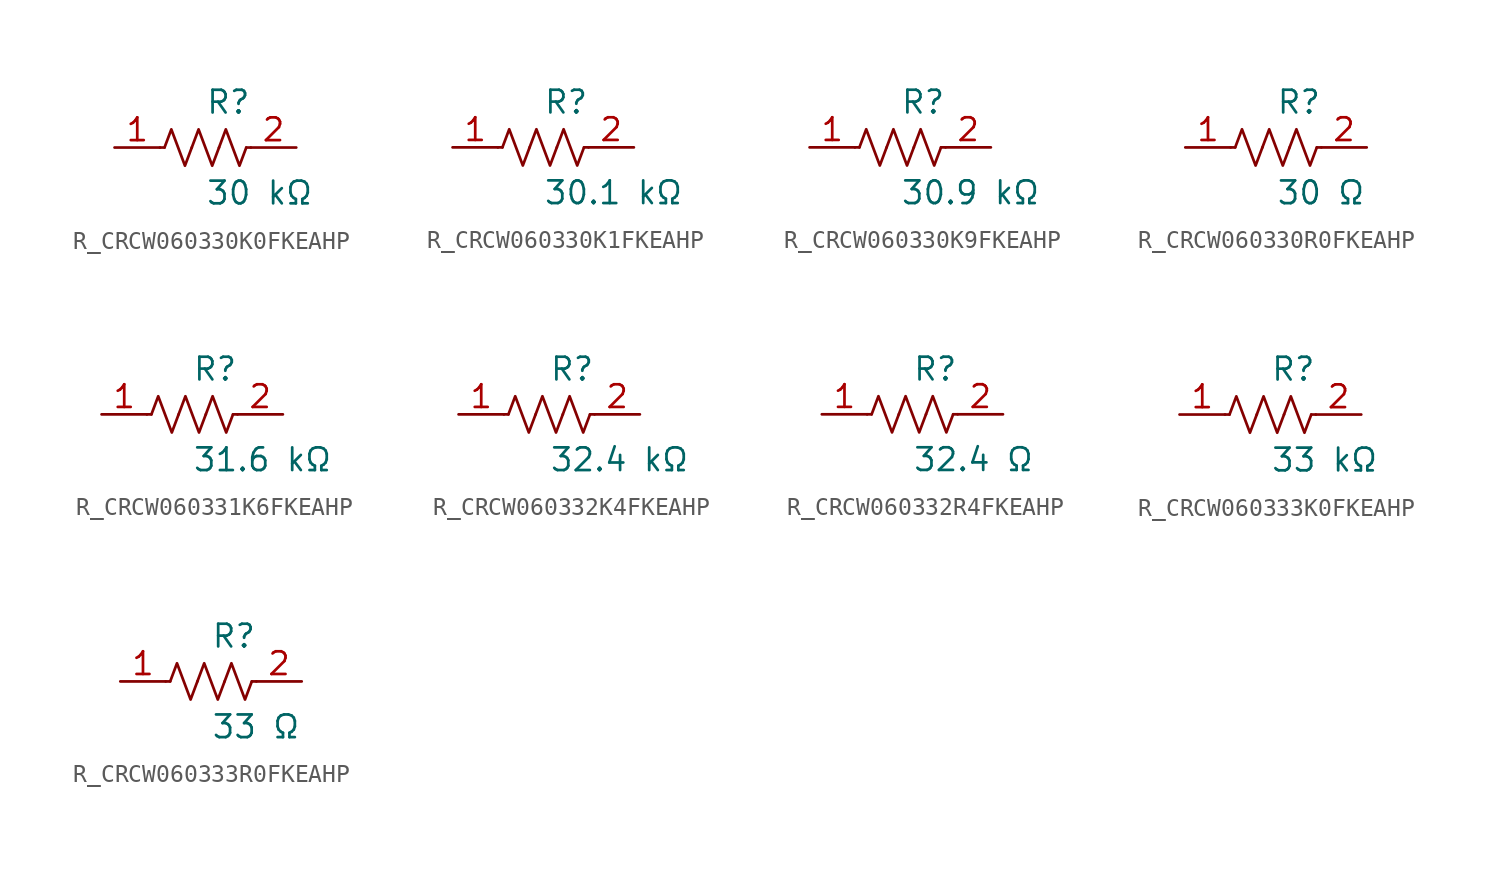
<source format=kicad_sym>
(kicad_symbol_lib
  (version 20231120)
  (generator kicad_symbol_editor)
  (generator_version 8.0)
  (symbol "R_CRCW060330K0FKEAHP"
    (pin_names
      (offset 0.254))
    (property "Reference" "R"
      (at 0.0 2.54 0)
      (effects (font (size 1.27 1.27)) (justify left)))
    (property "Value" "30 kΩ"
      (at 0.0 -2.54 0)
      (effects (font (size 1.27 1.27)) (justify left)))
    (symbol "R_CRCW060330K0FKEAHP_0_1"
      (polyline (pts (xy 2.286 0) (xy 2.54 0)) (stroke (width 0) (type default)) (fill (type none)))
      (polyline (pts (xy -2.286 0) (xy -2.54 0)) (stroke (width 0) (type default)) (fill (type none)))
      (polyline (pts (xy 0.762 0) (xy 1.143 1.016) (xy 1.524 0) (xy 1.905 -1.016) (xy 2.286 0)) (stroke (width 0) (type default)) (fill (type none)))
      (polyline (pts (xy -0.762 0) (xy -0.381 1.016) (xy 0 0) (xy 0.381 -1.016) (xy 0.762 0)) (stroke (width 0) (type default)) (fill (type none)))
      (polyline (pts (xy -2.286 0) (xy -1.905 1.016) (xy -1.524 0) (xy -1.143 -1.016) (xy -0.762 0)) (stroke (width 0) (type default)) (fill (type none))))
    (pin unspecified line
      (at -5.08 0 0)
      (length 2.54)
      (name "" (effects (font (size 1.27 1.27))))
      (number "1" (effects (font (size 1.27 1.27)))))
    (pin unspecified line
      (at 5.08 0 180)
      (length 2.54)
      (name "" (effects (font (size 1.27 1.27))))
      (number "2" (effects (font (size 1.27 1.27))))))
  (symbol "R_CRCW060330K1FKEAHP"
    (pin_names
      (offset 0.254))
    (property "Reference" "R"
      (at 0.0 2.54 0)
      (effects (font (size 1.27 1.27)) (justify left)))
    (property "Value" "30.1 kΩ"
      (at 0.0 -2.54 0)
      (effects (font (size 1.27 1.27)) (justify left)))
    (symbol "R_CRCW060330K1FKEAHP_0_1"
      (polyline (pts (xy 2.286 0) (xy 2.54 0)) (stroke (width 0) (type default)) (fill (type none)))
      (polyline (pts (xy -2.286 0) (xy -2.54 0)) (stroke (width 0) (type default)) (fill (type none)))
      (polyline (pts (xy 0.762 0) (xy 1.143 1.016) (xy 1.524 0) (xy 1.905 -1.016) (xy 2.286 0)) (stroke (width 0) (type default)) (fill (type none)))
      (polyline (pts (xy -0.762 0) (xy -0.381 1.016) (xy 0 0) (xy 0.381 -1.016) (xy 0.762 0)) (stroke (width 0) (type default)) (fill (type none)))
      (polyline (pts (xy -2.286 0) (xy -1.905 1.016) (xy -1.524 0) (xy -1.143 -1.016) (xy -0.762 0)) (stroke (width 0) (type default)) (fill (type none))))
    (pin unspecified line
      (at -5.08 0 0)
      (length 2.54)
      (name "" (effects (font (size 1.27 1.27))))
      (number "1" (effects (font (size 1.27 1.27)))))
    (pin unspecified line
      (at 5.08 0 180)
      (length 2.54)
      (name "" (effects (font (size 1.27 1.27))))
      (number "2" (effects (font (size 1.27 1.27))))))
  (symbol "R_CRCW060330K9FKEAHP"
    (pin_names
      (offset 0.254))
    (property "Reference" "R"
      (at 0.0 2.54 0)
      (effects (font (size 1.27 1.27)) (justify left)))
    (property "Value" "30.9 kΩ"
      (at 0.0 -2.54 0)
      (effects (font (size 1.27 1.27)) (justify left)))
    (symbol "R_CRCW060330K9FKEAHP_0_1"
      (polyline (pts (xy 2.286 0) (xy 2.54 0)) (stroke (width 0) (type default)) (fill (type none)))
      (polyline (pts (xy -2.286 0) (xy -2.54 0)) (stroke (width 0) (type default)) (fill (type none)))
      (polyline (pts (xy 0.762 0) (xy 1.143 1.016) (xy 1.524 0) (xy 1.905 -1.016) (xy 2.286 0)) (stroke (width 0) (type default)) (fill (type none)))
      (polyline (pts (xy -0.762 0) (xy -0.381 1.016) (xy 0 0) (xy 0.381 -1.016) (xy 0.762 0)) (stroke (width 0) (type default)) (fill (type none)))
      (polyline (pts (xy -2.286 0) (xy -1.905 1.016) (xy -1.524 0) (xy -1.143 -1.016) (xy -0.762 0)) (stroke (width 0) (type default)) (fill (type none))))
    (pin unspecified line
      (at -5.08 0 0)
      (length 2.54)
      (name "" (effects (font (size 1.27 1.27))))
      (number "1" (effects (font (size 1.27 1.27)))))
    (pin unspecified line
      (at 5.08 0 180)
      (length 2.54)
      (name "" (effects (font (size 1.27 1.27))))
      (number "2" (effects (font (size 1.27 1.27))))))
  (symbol "R_CRCW060330R0FKEAHP"
    (pin_names
      (offset 0.254))
    (property "Reference" "R"
      (at 0.0 2.54 0)
      (effects (font (size 1.27 1.27)) (justify left)))
    (property "Value" "30 Ω"
      (at 0.0 -2.54 0)
      (effects (font (size 1.27 1.27)) (justify left)))
    (symbol "R_CRCW060330R0FKEAHP_0_1"
      (polyline (pts (xy 2.286 0) (xy 2.54 0)) (stroke (width 0) (type default)) (fill (type none)))
      (polyline (pts (xy -2.286 0) (xy -2.54 0)) (stroke (width 0) (type default)) (fill (type none)))
      (polyline (pts (xy 0.762 0) (xy 1.143 1.016) (xy 1.524 0) (xy 1.905 -1.016) (xy 2.286 0)) (stroke (width 0) (type default)) (fill (type none)))
      (polyline (pts (xy -0.762 0) (xy -0.381 1.016) (xy 0 0) (xy 0.381 -1.016) (xy 0.762 0)) (stroke (width 0) (type default)) (fill (type none)))
      (polyline (pts (xy -2.286 0) (xy -1.905 1.016) (xy -1.524 0) (xy -1.143 -1.016) (xy -0.762 0)) (stroke (width 0) (type default)) (fill (type none))))
    (pin unspecified line
      (at -5.08 0 0)
      (length 2.54)
      (name "" (effects (font (size 1.27 1.27))))
      (number "1" (effects (font (size 1.27 1.27)))))
    (pin unspecified line
      (at 5.08 0 180)
      (length 2.54)
      (name "" (effects (font (size 1.27 1.27))))
      (number "2" (effects (font (size 1.27 1.27))))))
  (symbol "R_CRCW060331K6FKEAHP"
    (pin_names
      (offset 0.254))
    (property "Reference" "R"
      (at 0.0 2.54 0)
      (effects (font (size 1.27 1.27)) (justify left)))
    (property "Value" "31.6 kΩ"
      (at 0.0 -2.54 0)
      (effects (font (size 1.27 1.27)) (justify left)))
    (symbol "R_CRCW060331K6FKEAHP_0_1"
      (polyline (pts (xy 2.286 0) (xy 2.54 0)) (stroke (width 0) (type default)) (fill (type none)))
      (polyline (pts (xy -2.286 0) (xy -2.54 0)) (stroke (width 0) (type default)) (fill (type none)))
      (polyline (pts (xy 0.762 0) (xy 1.143 1.016) (xy 1.524 0) (xy 1.905 -1.016) (xy 2.286 0)) (stroke (width 0) (type default)) (fill (type none)))
      (polyline (pts (xy -0.762 0) (xy -0.381 1.016) (xy 0 0) (xy 0.381 -1.016) (xy 0.762 0)) (stroke (width 0) (type default)) (fill (type none)))
      (polyline (pts (xy -2.286 0) (xy -1.905 1.016) (xy -1.524 0) (xy -1.143 -1.016) (xy -0.762 0)) (stroke (width 0) (type default)) (fill (type none))))
    (pin unspecified line
      (at -5.08 0 0)
      (length 2.54)
      (name "" (effects (font (size 1.27 1.27))))
      (number "1" (effects (font (size 1.27 1.27)))))
    (pin unspecified line
      (at 5.08 0 180)
      (length 2.54)
      (name "" (effects (font (size 1.27 1.27))))
      (number "2" (effects (font (size 1.27 1.27))))))
  (symbol "R_CRCW060332K4FKEAHP"
    (pin_names
      (offset 0.254))
    (property "Reference" "R"
      (at 0.0 2.54 0)
      (effects (font (size 1.27 1.27)) (justify left)))
    (property "Value" "32.4 kΩ"
      (at 0.0 -2.54 0)
      (effects (font (size 1.27 1.27)) (justify left)))
    (symbol "R_CRCW060332K4FKEAHP_0_1"
      (polyline (pts (xy 2.286 0) (xy 2.54 0)) (stroke (width 0) (type default)) (fill (type none)))
      (polyline (pts (xy -2.286 0) (xy -2.54 0)) (stroke (width 0) (type default)) (fill (type none)))
      (polyline (pts (xy 0.762 0) (xy 1.143 1.016) (xy 1.524 0) (xy 1.905 -1.016) (xy 2.286 0)) (stroke (width 0) (type default)) (fill (type none)))
      (polyline (pts (xy -0.762 0) (xy -0.381 1.016) (xy 0 0) (xy 0.381 -1.016) (xy 0.762 0)) (stroke (width 0) (type default)) (fill (type none)))
      (polyline (pts (xy -2.286 0) (xy -1.905 1.016) (xy -1.524 0) (xy -1.143 -1.016) (xy -0.762 0)) (stroke (width 0) (type default)) (fill (type none))))
    (pin unspecified line
      (at -5.08 0 0)
      (length 2.54)
      (name "" (effects (font (size 1.27 1.27))))
      (number "1" (effects (font (size 1.27 1.27)))))
    (pin unspecified line
      (at 5.08 0 180)
      (length 2.54)
      (name "" (effects (font (size 1.27 1.27))))
      (number "2" (effects (font (size 1.27 1.27))))))
  (symbol "R_CRCW060332R4FKEAHP"
    (pin_names
      (offset 0.254))
    (property "Reference" "R"
      (at 0.0 2.54 0)
      (effects (font (size 1.27 1.27)) (justify left)))
    (property "Value" "32.4 Ω"
      (at 0.0 -2.54 0)
      (effects (font (size 1.27 1.27)) (justify left)))
    (symbol "R_CRCW060332R4FKEAHP_0_1"
      (polyline (pts (xy 2.286 0) (xy 2.54 0)) (stroke (width 0) (type default)) (fill (type none)))
      (polyline (pts (xy -2.286 0) (xy -2.54 0)) (stroke (width 0) (type default)) (fill (type none)))
      (polyline (pts (xy 0.762 0) (xy 1.143 1.016) (xy 1.524 0) (xy 1.905 -1.016) (xy 2.286 0)) (stroke (width 0) (type default)) (fill (type none)))
      (polyline (pts (xy -0.762 0) (xy -0.381 1.016) (xy 0 0) (xy 0.381 -1.016) (xy 0.762 0)) (stroke (width 0) (type default)) (fill (type none)))
      (polyline (pts (xy -2.286 0) (xy -1.905 1.016) (xy -1.524 0) (xy -1.143 -1.016) (xy -0.762 0)) (stroke (width 0) (type default)) (fill (type none))))
    (pin unspecified line
      (at -5.08 0 0)
      (length 2.54)
      (name "" (effects (font (size 1.27 1.27))))
      (number "1" (effects (font (size 1.27 1.27)))))
    (pin unspecified line
      (at 5.08 0 180)
      (length 2.54)
      (name "" (effects (font (size 1.27 1.27))))
      (number "2" (effects (font (size 1.27 1.27))))))
  (symbol "R_CRCW060333K0FKEAHP"
    (pin_names
      (offset 0.254))
    (property "Reference" "R"
      (at 0.0 2.54 0)
      (effects (font (size 1.27 1.27)) (justify left)))
    (property "Value" "33 kΩ"
      (at 0.0 -2.54 0)
      (effects (font (size 1.27 1.27)) (justify left)))
    (symbol "R_CRCW060333K0FKEAHP_0_1"
      (polyline (pts (xy 2.286 0) (xy 2.54 0)) (stroke (width 0) (type default)) (fill (type none)))
      (polyline (pts (xy -2.286 0) (xy -2.54 0)) (stroke (width 0) (type default)) (fill (type none)))
      (polyline (pts (xy 0.762 0) (xy 1.143 1.016) (xy 1.524 0) (xy 1.905 -1.016) (xy 2.286 0)) (stroke (width 0) (type default)) (fill (type none)))
      (polyline (pts (xy -0.762 0) (xy -0.381 1.016) (xy 0 0) (xy 0.381 -1.016) (xy 0.762 0)) (stroke (width 0) (type default)) (fill (type none)))
      (polyline (pts (xy -2.286 0) (xy -1.905 1.016) (xy -1.524 0) (xy -1.143 -1.016) (xy -0.762 0)) (stroke (width 0) (type default)) (fill (type none))))
    (pin unspecified line
      (at -5.08 0 0)
      (length 2.54)
      (name "" (effects (font (size 1.27 1.27))))
      (number "1" (effects (font (size 1.27 1.27)))))
    (pin unspecified line
      (at 5.08 0 180)
      (length 2.54)
      (name "" (effects (font (size 1.27 1.27))))
      (number "2" (effects (font (size 1.27 1.27))))))
  (symbol "R_CRCW060333R0FKEAHP"
    (pin_names
      (offset 0.254))
    (property "Reference" "R"
      (at 0.0 2.54 0)
      (effects (font (size 1.27 1.27)) (justify left)))
    (property "Value" "33 Ω"
      (at 0.0 -2.54 0)
      (effects (font (size 1.27 1.27)) (justify left)))
    (symbol "R_CRCW060333R0FKEAHP_0_1"
      (polyline (pts (xy 2.286 0) (xy 2.54 0)) (stroke (width 0) (type default)) (fill (type none)))
      (polyline (pts (xy -2.286 0) (xy -2.54 0)) (stroke (width 0) (type default)) (fill (type none)))
      (polyline (pts (xy 0.762 0) (xy 1.143 1.016) (xy 1.524 0) (xy 1.905 -1.016) (xy 2.286 0)) (stroke (width 0) (type default)) (fill (type none)))
      (polyline (pts (xy -0.762 0) (xy -0.381 1.016) (xy 0 0) (xy 0.381 -1.016) (xy 0.762 0)) (stroke (width 0) (type default)) (fill (type none)))
      (polyline (pts (xy -2.286 0) (xy -1.905 1.016) (xy -1.524 0) (xy -1.143 -1.016) (xy -0.762 0)) (stroke (width 0) (type default)) (fill (type none))))
    (pin unspecified line
      (at -5.08 0 0)
      (length 2.54)
      (name "" (effects (font (size 1.27 1.27))))
      (number "1" (effects (font (size 1.27 1.27)))))
    (pin unspecified line
      (at 5.08 0 180)
      (length 2.54)
      (name "" (effects (font (size 1.27 1.27))))
      (number "2" (effects (font (size 1.27 1.27)))))))
</source>
